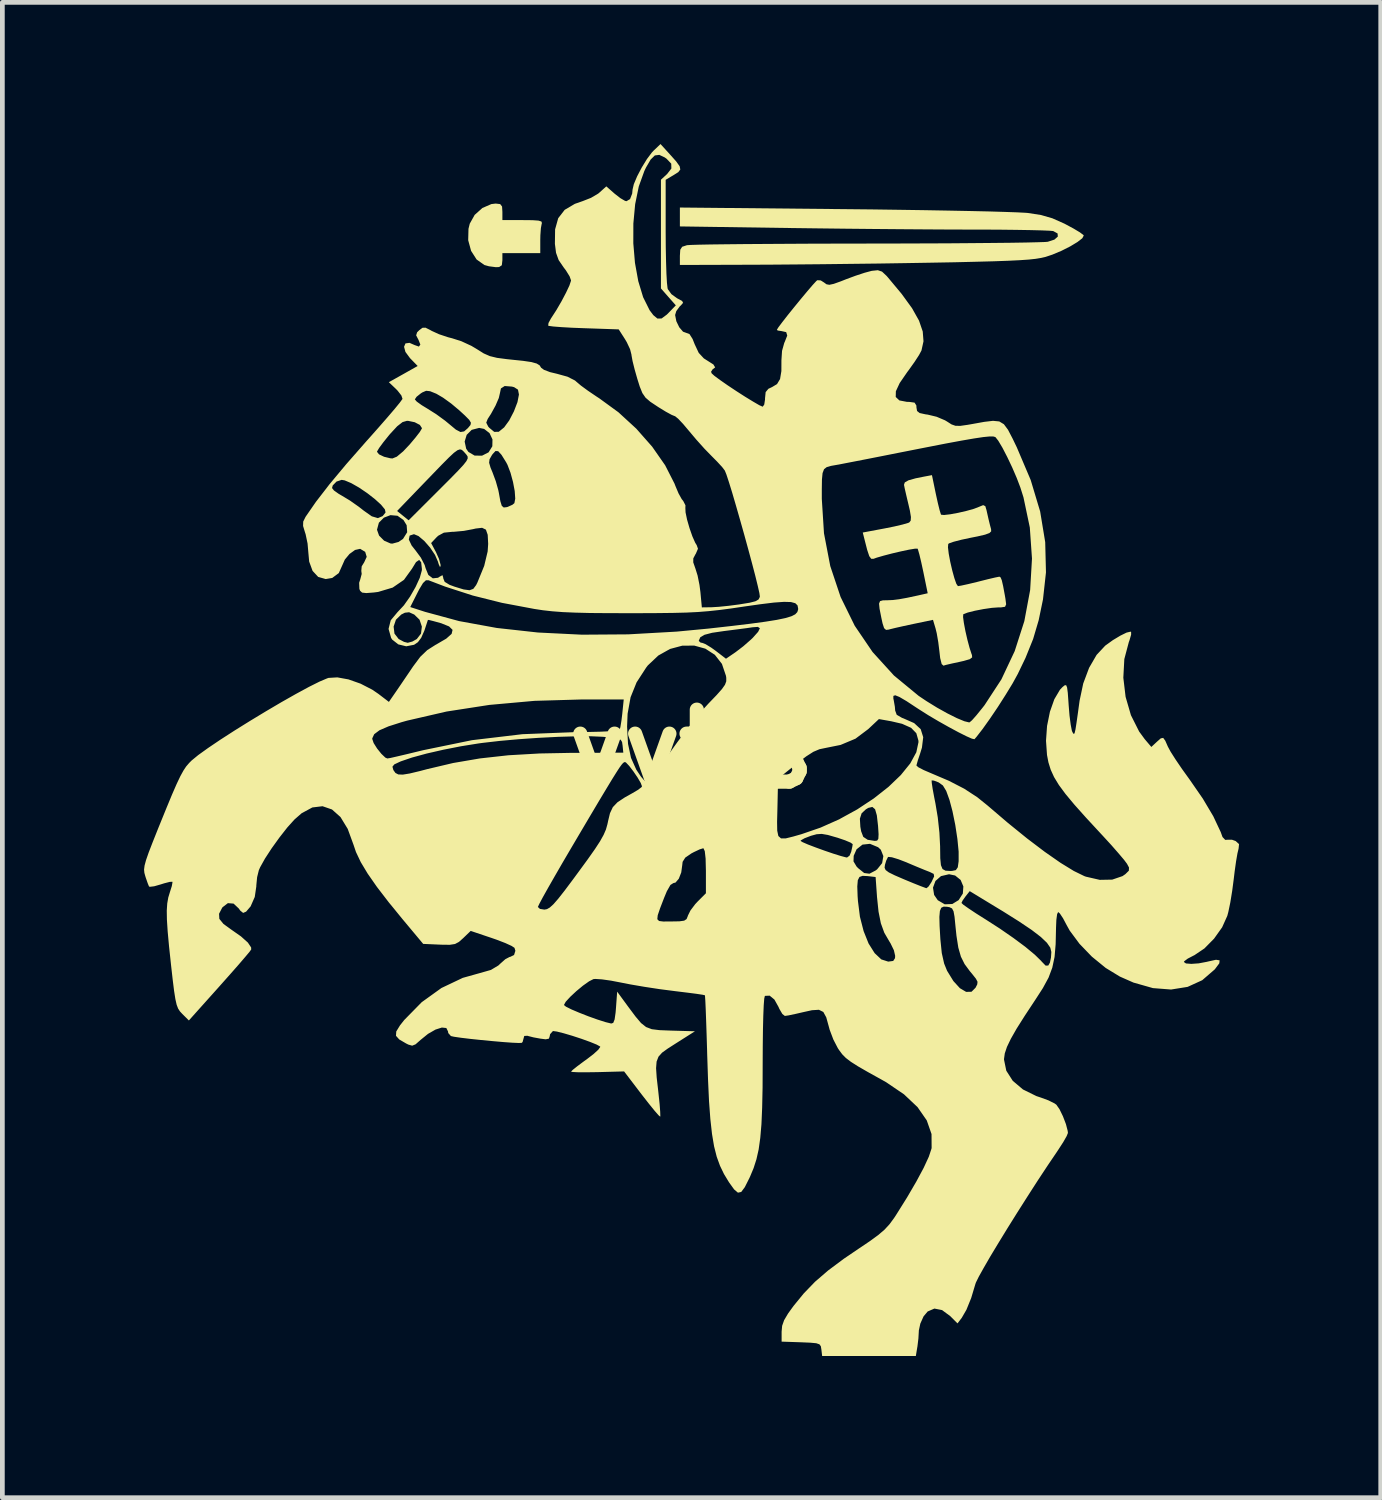
<source format=kicad_pcb>
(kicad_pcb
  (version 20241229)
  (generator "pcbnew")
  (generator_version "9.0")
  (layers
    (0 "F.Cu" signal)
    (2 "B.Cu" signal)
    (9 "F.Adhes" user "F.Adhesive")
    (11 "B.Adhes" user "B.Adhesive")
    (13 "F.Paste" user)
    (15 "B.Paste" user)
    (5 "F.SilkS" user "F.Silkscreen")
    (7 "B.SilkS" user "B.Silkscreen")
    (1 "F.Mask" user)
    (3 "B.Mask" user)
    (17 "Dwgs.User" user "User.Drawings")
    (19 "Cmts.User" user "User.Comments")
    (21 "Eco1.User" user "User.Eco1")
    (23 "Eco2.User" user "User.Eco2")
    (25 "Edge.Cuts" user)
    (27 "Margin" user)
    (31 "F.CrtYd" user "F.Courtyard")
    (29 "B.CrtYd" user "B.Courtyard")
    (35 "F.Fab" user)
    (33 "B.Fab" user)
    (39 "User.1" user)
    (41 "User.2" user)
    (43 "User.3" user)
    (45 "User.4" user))
  (footprint "vytis"
    (layer "F.Cu")
    (at 11.595 12.81)
    (property "Reference" "vytis" (at 0 0 0) (layer "F.SilkS") (effects (font (size 1.524 1.524) (thickness 0.3))))
    (attr board_only exclude_from_pos_files exclude_from_bom)
    (fp_poly (pts (xy -4.055 -11.539) (xy -4.015 -11.488) (xy -4.008 -11.375) (xy -4.008 -11.2) (xy -3.577 -11.2) (xy -3.368 -11.198) (xy -3.242 -11.189) (xy -3.182 -11.17) (xy -3.171 -11.137) (xy -3.176 -11.121) (xy -3.193 -11.028) (xy -3.204 -10.876) (xy -3.206 -10.771) (xy -3.206 -10.5) (xy -4.008 -10.5) (xy -4.008 -10.35) (xy -4.02 -10.244) (xy -4.077 -10.206) (xy -4.146 -10.203) (xy -4.292 -10.222) (xy -4.389 -10.249) (xy -4.554 -10.366) (xy -4.671 -10.549) (xy -4.732 -10.774) (xy -4.726 -11.015) (xy -4.699 -11.124) (xy -4.595 -11.31) (xy -4.432 -11.456) (xy -4.242 -11.539) (xy -4.151 -11.55)) (stroke (width 0) (type solid)) (fill yes) (layer "F.SilkS"))
    (fp_poly (pts (xy 3.222 -11.432) (xy 3.815 -11.426) (xy 4.389 -11.418) (xy 4.934 -11.41) (xy 5.44 -11.401) (xy 5.898 -11.392) (xy 6.299 -11.383) (xy 6.633 -11.373) (xy 6.891 -11.364) (xy 7.063 -11.355) (xy 7.117 -11.351) (xy 7.398 -11.307) (xy 7.637 -11.238) (xy 7.889 -11.126) (xy 7.912 -11.114) (xy 8.085 -11.021) (xy 8.22 -10.94) (xy 8.294 -10.884) (xy 8.301 -10.873) (xy 8.271 -10.816) (xy 8.168 -10.736) (xy 8.014 -10.643) (xy 7.83 -10.55) (xy 7.637 -10.469) (xy 7.49 -10.42) (xy 7.398 -10.399) (xy 7.283 -10.38) (xy 7.135 -10.364) (xy 6.945 -10.351) (xy 6.702 -10.339) (xy 6.398 -10.328) (xy 6.021 -10.318) (xy 5.563 -10.307) (xy 5.06 -10.298) (xy 4.525 -10.289) (xy 3.95 -10.28) (xy 3.359 -10.273) (xy 2.776 -10.266) (xy 2.224 -10.261) (xy 1.728 -10.257) (xy 1.34 -10.255) (xy -0.25 -10.25) (xy -0.25 -10.444) (xy -0.242 -10.572) (xy -0.202 -10.635) (xy -0.105 -10.667) (xy -0.094 -10.669) (xy -0.019 -10.674) (xy 0.148 -10.679) (xy 0.398 -10.684) (xy 0.724 -10.688) (xy 1.116 -10.692) (xy 1.567 -10.695) (xy 2.068 -10.698) (xy 2.611 -10.701) (xy 3.188 -10.702) (xy 3.701 -10.703) (xy 4.301 -10.704) (xy 4.876 -10.706) (xy 5.417 -10.708) (xy 5.915 -10.712) (xy 6.363 -10.716) (xy 6.751 -10.72) (xy 7.072 -10.725) (xy 7.317 -10.731) (xy 7.477 -10.736) (xy 7.539 -10.741) (xy 7.68 -10.787) (xy 7.752 -10.851) (xy 7.747 -10.917) (xy 7.656 -10.967) (xy 7.655 -10.968) (xy 7.578 -10.975) (xy 7.414 -10.982) (xy 7.175 -10.988) (xy 6.875 -10.993) (xy 6.527 -10.997) (xy 6.142 -10.999) (xy 5.907 -10.999) (xy 5.485 -11) (xy 4.984 -11.003) (xy 4.428 -11.007) (xy 3.838 -11.012) (xy 3.238 -11.018) (xy 2.649 -11.025) (xy 2.094 -11.032) (xy 2.012 -11.033) (xy -0.25 -11.066) (xy -0.25 -11.466)) (stroke (width 0) (type solid)) (fill yes) (layer "F.SilkS"))
    (fp_poly (pts (xy 5.171 -5.394) (xy 5.213 -5.204) (xy 5.25 -5.055) (xy 5.276 -4.971) (xy 5.281 -4.962) (xy 5.344 -4.956) (xy 5.474 -4.971) (xy 5.642 -5.002) (xy 5.819 -5.043) (xy 5.976 -5.087) (xy 6.074 -5.125) (xy 6.172 -5.165) (xy 6.217 -5.143) (xy 6.242 -5.059) (xy 6.284 -4.872) (xy 6.315 -4.745) (xy 6.339 -4.656) (xy 6.341 -4.61) (xy 6.304 -4.574) (xy 6.212 -4.54) (xy 6.049 -4.502) (xy 5.912 -4.475) (xy 5.71 -4.432) (xy 5.548 -4.39) (xy 5.45 -4.356) (xy 5.432 -4.343) (xy 5.426 -4.272) (xy 5.442 -4.138) (xy 5.474 -3.966) (xy 5.516 -3.785) (xy 5.561 -3.621) (xy 5.603 -3.5) (xy 5.637 -3.45) (xy 5.638 -3.45) (xy 5.711 -3.462) (xy 5.853 -3.493) (xy 6.037 -3.537) (xy 6.087 -3.55) (xy 6.274 -3.597) (xy 6.423 -3.632) (xy 6.508 -3.649) (xy 6.517 -3.65) (xy 6.541 -3.634) (xy 6.566 -3.573) (xy 6.594 -3.451) (xy 6.631 -3.252) (xy 6.642 -3.188) (xy 6.658 -3.065) (xy 6.635 -3.013) (xy 6.55 -3) (xy 6.497 -3) (xy 6.356 -2.99) (xy 6.178 -2.964) (xy 5.997 -2.929) (xy 5.845 -2.891) (xy 5.755 -2.857) (xy 5.75 -2.853) (xy 5.746 -2.795) (xy 5.763 -2.669) (xy 5.795 -2.5) (xy 5.837 -2.316) (xy 5.883 -2.144) (xy 5.926 -2.011) (xy 5.934 -1.992) (xy 5.938 -1.941) (xy 5.887 -1.903) (xy 5.762 -1.867) (xy 5.679 -1.848) (xy 5.512 -1.812) (xy 5.383 -1.782) (xy 5.331 -1.766) (xy 5.293 -1.8) (xy 5.261 -1.928) (xy 5.246 -2.06) (xy 5.221 -2.262) (xy 5.188 -2.453) (xy 5.163 -2.555) (xy 5.109 -2.736) (xy 4.693 -2.649) (xy 4.488 -2.605) (xy 4.311 -2.565) (xy 4.193 -2.536) (xy 4.174 -2.53) (xy 4.115 -2.523) (xy 4.074 -2.56) (xy 4.041 -2.662) (xy 4.015 -2.782) (xy 3.978 -2.97) (xy 3.967 -3.079) (xy 3.988 -3.132) (xy 4.048 -3.149) (xy 4.146 -3.151) (xy 4.26 -3.156) (xy 4.389 -3.172) (xy 4.56 -3.203) (xy 4.794 -3.253) (xy 4.891 -3.275) (xy 4.997 -3.299) (xy 4.903 -3.758) (xy 4.859 -3.961) (xy 4.82 -4.124) (xy 4.791 -4.224) (xy 4.782 -4.244) (xy 4.727 -4.243) (xy 4.601 -4.222) (xy 4.431 -4.186) (xy 4.243 -4.142) (xy 4.063 -4.095) (xy 3.918 -4.053) (xy 3.852 -4.029) (xy 3.802 -4.028) (xy 3.76 -4.084) (xy 3.716 -4.216) (xy 3.697 -4.29) (xy 3.622 -4.585) (xy 4.081 -4.671) (xy 4.29 -4.713) (xy 4.464 -4.754) (xy 4.579 -4.787) (xy 4.606 -4.798) (xy 4.637 -4.837) (xy 4.642 -4.913) (xy 4.62 -5.048) (xy 4.589 -5.182) (xy 4.546 -5.363) (xy 4.512 -5.511) (xy 4.495 -5.595) (xy 4.495 -5.595) (xy 4.512 -5.646) (xy 4.589 -5.69) (xy 4.742 -5.733) (xy 4.911 -5.767) (xy 5.087 -5.8)) (stroke (width 0) (type solid)) (fill yes) (layer "F.SilkS"))
    (fp_poly (pts (xy -0.468 -12.599) (xy -0.329 -12.443) (xy -0.255 -12.34) (xy -0.241 -12.271) (xy -0.283 -12.216) (xy -0.376 -12.157) (xy -0.551 -12.053) (xy -0.551 -10.955) (xy -0.549 -10.627) (xy -0.543 -10.326) (xy -0.535 -10.07) (xy -0.524 -9.875) (xy -0.511 -9.758) (xy -0.505 -9.737) (xy -0.429 -9.632) (xy -0.308 -9.544) (xy -0.304 -9.542) (xy -0.203 -9.488) (xy -0.182 -9.448) (xy -0.232 -9.391) (xy -0.25 -9.376) (xy -0.326 -9.273) (xy -0.351 -9.19) (xy -0.325 -9.058) (xy -0.263 -8.93) (xy -0.183 -8.837) (xy -0.112 -8.811) (xy -0.047 -8.787) (xy 0.019 -8.683) (xy 0.063 -8.572) (xy 0.149 -8.389) (xy 0.257 -8.272) (xy 0.328 -8.227) (xy 0.46 -8.143) (xy 0.497 -8.081) (xy 0.442 -8.039) (xy 0.41 -7.989) (xy 0.423 -7.955) (xy 0.479 -7.904) (xy 0.599 -7.815) (xy 0.761 -7.702) (xy 0.946 -7.579) (xy 1.133 -7.459) (xy 1.302 -7.356) (xy 1.431 -7.281) (xy 1.501 -7.25) (xy 1.504 -7.25) (xy 1.536 -7.294) (xy 1.553 -7.403) (xy 1.553 -7.429) (xy 1.566 -7.558) (xy 1.624 -7.628) (xy 1.702 -7.665) (xy 1.807 -7.728) (xy 1.871 -7.835) (xy 1.899 -8.003) (xy 1.9 -8.232) (xy 1.913 -8.432) (xy 1.96 -8.6) (xy 1.97 -8.621) (xy 2.023 -8.755) (xy 2.001 -8.828) (xy 1.901 -8.85) (xy 1.901 -8.85) (xy 1.821 -8.862) (xy 1.804 -8.878) (xy 1.834 -8.927) (xy 1.914 -9.034) (xy 2.03 -9.183) (xy 2.167 -9.353) (xy 2.311 -9.529) (xy 2.447 -9.692) (xy 2.56 -9.824) (xy 2.637 -9.908) (xy 2.659 -9.927) (xy 2.732 -9.923) (xy 2.802 -9.879) (xy 2.854 -9.841) (xy 2.915 -9.83) (xy 3.008 -9.85) (xy 3.159 -9.904) (xy 3.262 -9.945) (xy 3.467 -10.021) (xy 3.661 -10.085) (xy 3.806 -10.124) (xy 3.817 -10.126) (xy 3.941 -10.139) (xy 4.03 -10.109) (xy 4.126 -10.019) (xy 4.149 -9.993) (xy 4.445 -9.638) (xy 4.665 -9.335) (xy 4.813 -9.072) (xy 4.892 -8.841) (xy 4.908 -8.634) (xy 4.865 -8.439) (xy 4.864 -8.437) (xy 4.813 -8.342) (xy 4.718 -8.196) (xy 4.597 -8.026) (xy 4.563 -7.981) (xy 4.404 -7.75) (xy 4.323 -7.576) (xy 4.32 -7.455) (xy 4.397 -7.382) (xy 4.554 -7.352) (xy 4.613 -7.35) (xy 4.719 -7.335) (xy 4.757 -7.275) (xy 4.759 -7.231) (xy 4.772 -7.158) (xy 4.826 -7.115) (xy 4.948 -7.088) (xy 4.999 -7.081) (xy 5.186 -7.036) (xy 5.363 -6.961) (xy 5.408 -6.934) (xy 5.502 -6.874) (xy 5.584 -6.845) (xy 5.687 -6.843) (xy 5.841 -6.865) (xy 5.933 -6.881) (xy 6.194 -6.928) (xy 6.38 -6.95) (xy 6.512 -6.937) (xy 6.61 -6.878) (xy 6.697 -6.761) (xy 6.794 -6.575) (xy 6.884 -6.388) (xy 7.178 -5.696) (xy 7.378 -5.03) (xy 7.485 -4.381) (xy 7.501 -3.741) (xy 7.438 -3.169) (xy 7.347 -2.729) (xy 7.229 -2.33) (xy 7.068 -1.931) (xy 6.903 -1.588) (xy 6.793 -1.388) (xy 6.647 -1.149) (xy 6.483 -0.892) (xy 6.314 -0.642) (xy 6.158 -0.423) (xy 6.029 -0.257) (xy 5.987 -0.209) (xy 5.934 -0.22) (xy 5.814 -0.273) (xy 5.643 -0.359) (xy 5.441 -0.468) (xy 5.224 -0.59) (xy 5.011 -0.716) (xy 4.82 -0.837) (xy 4.769 -0.87) (xy 4.549 -1.015) (xy 4.399 -1.103) (xy 4.31 -1.139) (xy 4.27 -1.126) (xy 4.27 -1.067) (xy 4.277 -1.038) (xy 4.302 -0.895) (xy 4.308 -0.816) (xy 4.341 -0.726) (xy 4.453 -0.661) (xy 4.481 -0.651) (xy 4.71 -0.55) (xy 4.849 -0.421) (xy 4.902 -0.252) (xy 4.875 -0.031) (xy 4.835 0.1) (xy 4.789 0.236) (xy 4.762 0.332) (xy 4.759 0.35) (xy 4.802 0.387) (xy 4.914 0.445) (xy 5.047 0.502) (xy 5.446 0.672) (xy 5.77 0.839) (xy 6.046 1.019) (xy 6.262 1.193) (xy 6.694 1.562) (xy 7.101 1.892) (xy 7.476 2.176) (xy 7.809 2.408) (xy 8.091 2.581) (xy 8.314 2.69) (xy 8.348 2.702) (xy 8.64 2.769) (xy 8.904 2.764) (xy 9.121 2.69) (xy 9.182 2.648) (xy 9.256 2.575) (xy 9.259 2.508) (xy 9.217 2.429) (xy 9.155 2.346) (xy 9.039 2.209) (xy 8.885 2.033) (xy 8.706 1.838) (xy 8.655 1.783) (xy 8.348 1.451) (xy 8.104 1.178) (xy 7.915 0.951) (xy 7.774 0.76) (xy 7.672 0.592) (xy 7.601 0.436) (xy 7.553 0.281) (xy 7.523 0.125) (xy 7.502 -0.176) (xy 7.524 -0.49) (xy 7.585 -0.791) (xy 7.678 -1.055) (xy 7.797 -1.256) (xy 7.851 -1.313) (xy 7.897 -1.35) (xy 7.928 -1.353) (xy 7.948 -1.305) (xy 7.963 -1.192) (xy 7.977 -0.999) (xy 7.982 -0.924) (xy 8 -0.707) (xy 8.024 -0.522) (xy 8.048 -0.395) (xy 8.06 -0.362) (xy 8.08 -0.329) (xy 8.095 -0.319) (xy 8.109 -0.344) (xy 8.126 -0.417) (xy 8.147 -0.552) (xy 8.177 -0.762) (xy 8.213 -1.025) (xy 8.29 -1.389) (xy 8.414 -1.72) (xy 8.573 -1.994) (xy 8.756 -2.19) (xy 8.917 -2.306) (xy 9.075 -2.401) (xy 9.207 -2.466) (xy 9.291 -2.486) (xy 9.304 -2.481) (xy 9.304 -2.422) (xy 9.271 -2.308) (xy 9.255 -2.264) (xy 9.16 -1.905) (xy 9.139 -1.511) (xy 9.187 -1.106) (xy 9.3 -0.717) (xy 9.474 -0.371) (xy 9.592 -0.21) (xy 9.732 -0.045) (xy 9.851 -0.156) (xy 9.932 -0.227) (xy 9.983 -0.237) (xy 10.027 -0.177) (xy 10.083 -0.05) (xy 10.141 0.057) (xy 10.246 0.222) (xy 10.382 0.422) (xy 10.536 0.636) (xy 10.546 0.65) (xy 10.822 1.049) (xy 11.044 1.423) (xy 11.201 1.757) (xy 11.239 1.862) (xy 11.297 1.923) (xy 11.342 1.92) (xy 11.441 1.92) (xy 11.517 1.947) (xy 11.589 2.012) (xy 11.579 2.109) (xy 11.578 2.113) (xy 11.555 2.209) (xy 11.526 2.377) (xy 11.496 2.591) (xy 11.477 2.75) (xy 11.444 3.002) (xy 11.404 3.248) (xy 11.362 3.45) (xy 11.34 3.532) (xy 11.231 3.774) (xy 11.06 4.014) (xy 10.856 4.221) (xy 10.644 4.364) (xy 10.625 4.373) (xy 10.502 4.437) (xy 10.429 4.492) (xy 10.421 4.508) (xy 10.465 4.539) (xy 10.579 4.548) (xy 10.735 4.537) (xy 10.904 4.505) (xy 10.937 4.497) (xy 11.101 4.461) (xy 11.178 4.473) (xy 11.171 4.536) (xy 11.083 4.654) (xy 11.071 4.668) (xy 10.809 4.894) (xy 10.5 5.035) (xy 10.15 5.091) (xy 9.766 5.061) (xy 9.354 4.944) (xy 9.066 4.817) (xy 8.766 4.634) (xy 8.472 4.394) (xy 8.21 4.122) (xy 8.004 3.844) (xy 7.939 3.727) (xy 7.862 3.582) (xy 7.795 3.481) (xy 7.759 3.45) (xy 7.737 3.496) (xy 7.721 3.616) (xy 7.714 3.784) (xy 7.714 3.788) (xy 7.706 4.131) (xy 7.683 4.402) (xy 7.635 4.628) (xy 7.556 4.839) (xy 7.436 5.06) (xy 7.277 5.306) (xy 7.052 5.647) (xy 6.88 5.919) (xy 6.757 6.135) (xy 6.675 6.306) (xy 6.629 6.444) (xy 6.613 6.56) (xy 6.613 6.576) (xy 6.661 6.81) (xy 6.798 7.024) (xy 7.014 7.207) (xy 7.298 7.347) (xy 7.394 7.379) (xy 7.554 7.438) (xy 7.684 7.503) (xy 7.721 7.53) (xy 7.787 7.624) (xy 7.86 7.774) (xy 7.924 7.941) (xy 7.961 8.084) (xy 7.966 8.128) (xy 7.939 8.195) (xy 7.868 8.32) (xy 7.765 8.479) (xy 7.73 8.532) (xy 7.537 8.817) (xy 7.329 9.132) (xy 7.114 9.466) (xy 6.898 9.806) (xy 6.689 10.14) (xy 6.496 10.455) (xy 6.324 10.74) (xy 6.183 10.984) (xy 6.078 11.172) (xy 6.018 11.294) (xy 6.008 11.322) (xy 5.918 11.622) (xy 5.817 11.871) (xy 5.718 12.042) (xy 5.628 12.16) (xy 5.473 12.005) (xy 5.301 11.878) (xy 5.139 11.846) (xy 4.996 11.908) (xy 4.909 12.012) (xy 4.841 12.164) (xy 4.809 12.313) (xy 4.809 12.325) (xy 4.8 12.481) (xy 4.779 12.653) (xy 4.777 12.662) (xy 4.746 12.85) (xy 2.762 12.85) (xy 2.746 12.713) (xy 2.735 12.645) (xy 2.705 12.603) (xy 2.637 12.58) (xy 2.508 12.568) (xy 2.317 12.56) (xy 1.904 12.546) (xy 1.904 12.335) (xy 1.915 12.211) (xy 1.957 12.092) (xy 2.041 11.95) (xy 2.155 11.792) (xy 2.374 11.524) (xy 2.612 11.278) (xy 2.888 11.04) (xy 3.223 10.79) (xy 3.528 10.583) (xy 3.773 10.418) (xy 3.951 10.288) (xy 4.083 10.175) (xy 4.188 10.061) (xy 4.285 9.929) (xy 4.329 9.862) (xy 4.56 9.493) (xy 4.756 9.157) (xy 4.912 8.866) (xy 5.021 8.63) (xy 5.077 8.461) (xy 5.08 8.444) (xy 5.078 8.151) (xy 4.977 7.862) (xy 4.782 7.581) (xy 4.495 7.31) (xy 4.118 7.054) (xy 4.008 6.992) (xy 3.727 6.836) (xy 3.519 6.716) (xy 3.37 6.621) (xy 3.264 6.54) (xy 3.187 6.462) (xy 3.123 6.376) (xy 3.095 6.334) (xy 3 6.151) (xy 2.921 5.942) (xy 2.903 5.875) (xy 2.849 5.68) (xy 2.787 5.566) (xy 2.694 5.52) (xy 2.547 5.529) (xy 2.37 5.568) (xy 2.192 5.609) (xy 2.049 5.639) (xy 1.973 5.65) (xy 1.972 5.65) (xy 1.919 5.608) (xy 1.857 5.502) (xy 1.837 5.457) (xy 1.751 5.303) (xy 1.651 5.221) (xy 1.553 5.225) (xy 1.549 5.228) (xy 1.536 5.284) (xy 1.525 5.427) (xy 1.516 5.647) (xy 1.509 5.929) (xy 1.505 6.264) (xy 1.503 6.637) (xy 1.503 6.655) (xy 1.501 7.167) (xy 1.492 7.591) (xy 1.477 7.942) (xy 1.452 8.233) (xy 1.418 8.476) (xy 1.371 8.685) (xy 1.311 8.872) (xy 1.236 9.052) (xy 1.222 9.082) (xy 1.125 9.275) (xy 1.049 9.377) (xy 0.979 9.392) (xy 0.898 9.323) (xy 0.791 9.174) (xy 0.786 9.166) (xy 0.684 8.998) (xy 0.6 8.824) (xy 0.53 8.632) (xy 0.474 8.411) (xy 0.43 8.148) (xy 0.395 7.833) (xy 0.367 7.454) (xy 0.346 6.999) (xy 0.328 6.458) (xy 0.326 6.376) (xy 0.316 6.048) (xy 0.306 5.755) (xy 0.297 5.512) (xy 0.289 5.332) (xy 0.282 5.23) (xy 0.279 5.212) (xy 0.227 5.201) (xy 0.094 5.181) (xy -0.101 5.156) (xy -0.337 5.127) (xy -0.376 5.122) (xy -0.678 5.083) (xy -0.999 5.034) (xy -1.297 4.983) (xy -1.491 4.945) (xy -1.709 4.903) (xy -1.9 4.876) (xy -2.038 4.867) (xy -2.079 4.87) (xy -2.172 4.917) (xy -2.302 5.009) (xy -2.443 5.126) (xy -2.573 5.247) (xy -2.668 5.351) (xy -2.705 5.419) (xy -2.662 5.454) (xy -2.546 5.512) (xy -2.381 5.582) (xy -2.19 5.657) (xy -1.997 5.726) (xy -1.825 5.781) (xy -1.703 5.811) (xy -1.661 5.797) (xy -1.632 5.725) (xy -1.611 5.578) (xy -1.603 5.48) (xy -1.578 5.136) (xy -1.34 5.461) (xy -1.188 5.664) (xy -1.072 5.801) (xy -0.966 5.885) (xy -0.845 5.931) (xy -0.683 5.951) (xy -0.456 5.96) (xy -0.427 5.961) (xy 0.069 5.975) (xy -0.341 6.235) (xy -0.508 6.342) (xy -0.627 6.428) (xy -0.703 6.513) (xy -0.743 6.617) (xy -0.754 6.757) (xy -0.741 6.954) (xy -0.71 7.226) (xy -0.7 7.319) (xy -0.679 7.518) (xy -0.667 7.676) (xy -0.664 7.768) (xy -0.667 7.783) (xy -0.703 7.752) (xy -0.786 7.657) (xy -0.905 7.51) (xy -1.048 7.327) (xy -1.059 7.313) (xy -1.431 6.825) (xy -1.993 6.84) (xy -2.217 6.843) (xy -2.398 6.843) (xy -2.518 6.837) (xy -2.555 6.83) (xy -2.517 6.791) (xy -2.417 6.711) (xy -2.273 6.604) (xy -2.226 6.571) (xy -2.079 6.458) (xy -1.977 6.365) (xy -1.936 6.306) (xy -1.938 6.298) (xy -2.012 6.257) (xy -2.152 6.2) (xy -2.332 6.135) (xy -2.527 6.071) (xy -2.71 6.017) (xy -2.854 5.981) (xy -2.935 5.97) (xy -2.94 5.972) (xy -2.998 6.037) (xy -3.006 6.08) (xy -3.023 6.131) (xy -3.091 6.145) (xy -3.202 6.131) (xy -3.35 6.104) (xy -3.463 6.075) (xy -3.477 6.07) (xy -3.545 6.074) (xy -3.557 6.117) (xy -3.58 6.201) (xy -3.598 6.22) (xy -3.659 6.223) (xy -3.797 6.217) (xy -3.991 6.203) (xy -4.219 6.183) (xy -4.459 6.16) (xy -4.689 6.136) (xy -4.888 6.112) (xy -5.032 6.091) (xy -5.098 6.076) (xy -5.154 6.013) (xy -5.16 5.977) (xy -5.195 5.906) (xy -5.289 5.896) (xy -5.424 5.939) (xy -5.583 6.03) (xy -5.743 6.16) (xy -5.846 6.251) (xy -5.918 6.28) (xy -5.999 6.257) (xy -6.047 6.233) (xy -6.192 6.148) (xy -6.261 6.071) (xy -6.255 5.979) (xy -6.176 5.85) (xy -6.085 5.735) (xy -5.716 5.359) (xy -5.299 5.059) (xy -4.847 4.844) (xy -4.479 4.741) (xy -4.251 4.676) (xy -4.092 4.581) (xy -4.05 4.541) (xy -3.946 4.449) (xy -3.857 4.402) (xy -3.843 4.4) (xy -3.761 4.36) (xy -3.733 4.271) (xy -3.752 4.208) (xy -3.813 4.168) (xy -3.946 4.107) (xy -4.128 4.037) (xy -4.234 4) (xy -4.679 3.85) (xy -4.837 4.002) (xy -4.928 4.083) (xy -5.011 4.127) (xy -5.12 4.144) (xy -5.288 4.142) (xy -5.34 4.14) (xy -5.685 4.125) (xy -6.086 3.645) (xy -6.122 3.602) (xy -0.728 3.602) (xy -0.691 3.64) (xy -0.603 3.651) (xy -0.459 3.65) (xy -0.437 3.65) (xy -0.26 3.647) (xy -0.159 3.633) (xy -0.108 3.599) (xy -0.082 3.535) (xy -0.08 3.526) (xy -0.026 3.417) (xy 0.074 3.284) (xy 0.126 3.228) (xy 0.301 3.053) (xy 0.301 2.908) (xy 3.506 2.908) (xy 3.513 3.116) (xy 3.52 3.216) (xy 3.562 3.55) (xy 3.64 3.854) (xy 3.745 4.116) (xy 3.873 4.32) (xy 4.014 4.453) (xy 4.161 4.5) (xy 4.267 4.486) (xy 4.305 4.427) (xy 4.308 4.377) (xy 4.281 4.259) (xy 4.211 4.115) (xy 4.184 4.071) (xy 4.078 3.889) (xy 4.005 3.688) (xy 3.978 3.552) (xy 5.244 3.552) (xy 5.249 3.747) (xy 5.265 4.025) (xy 5.295 4.319) (xy 5.345 4.541) (xy 5.407 4.694) (xy 5.541 4.912) (xy 5.679 5.063) (xy 5.811 5.141) (xy 5.925 5.138) (xy 6.01 5.053) (xy 6.046 4.982) (xy 6.052 4.927) (xy 6.018 4.862) (xy 5.935 4.757) (xy 5.888 4.701) (xy 5.778 4.552) (xy 5.7 4.395) (xy 5.645 4.203) (xy 5.606 3.953) (xy 5.584 3.742) (xy 5.565 3.549) (xy 5.544 3.434) (xy 5.512 3.374) (xy 5.459 3.348) (xy 5.408 3.339) (xy 5.334 3.336) (xy 5.284 3.36) (xy 5.255 3.428) (xy 5.244 3.552) (xy 3.978 3.552) (xy 3.956 3.442) (xy 3.923 3.124) (xy 3.923 3.117) (xy 3.894 2.709) (xy 3.72 2.689) (xy 3.618 2.684) (xy 3.552 2.708) (xy 3.517 2.777) (xy 3.506 2.908) (xy 0.301 2.908) (xy 0.301 2.577) (xy 0.296 2.378) (xy 3.426 2.378) (xy 3.491 2.487) (xy 3.525 2.522) (xy 3.652 2.624) (xy 3.764 2.639) (xy 3.895 2.57) (xy 3.926 2.546) (xy 3.954 2.512) (xy 4.084 2.512) (xy 4.106 2.561) (xy 4.173 2.611) (xy 4.301 2.674) (xy 4.498 2.759) (xy 4.691 2.839) (xy 4.849 2.902) (xy 4.949 2.939) (xy 4.971 2.946) (xy 4.986 2.934) (xy 5.109 2.934) (xy 5.133 3.088) (xy 5.21 3.2) (xy 5.358 3.287) (xy 5.519 3.28) (xy 5.554 3.258) (xy 5.712 3.258) (xy 5.752 3.296) (xy 5.861 3.373) (xy 6.022 3.48) (xy 6.22 3.605) (xy 6.222 3.606) (xy 6.525 3.801) (xy 6.811 3.999) (xy 7.064 4.187) (xy 7.265 4.354) (xy 7.399 4.485) (xy 7.41 4.499) (xy 7.494 4.585) (xy 7.55 4.583) (xy 7.585 4.521) (xy 7.607 4.413) (xy 7.615 4.296) (xy 7.593 4.205) (xy 7.521 4.101) (xy 7.392 3.978) (xy 7.199 3.83) (xy 6.933 3.651) (xy 6.588 3.434) (xy 6.477 3.367) (xy 5.887 3.008) (xy 5.8 3.117) (xy 5.736 3.207) (xy 5.712 3.258) (xy 5.554 3.258) (xy 5.652 3.198) (xy 5.741 3.059) (xy 5.752 2.908) (xy 5.694 2.771) (xy 5.578 2.677) (xy 5.449 2.65) (xy 5.278 2.69) (xy 5.161 2.793) (xy 5.109 2.934) (xy 4.986 2.934) (xy 5.016 2.909) (xy 5.078 2.814) (xy 5.085 2.799) (xy 5.133 2.696) (xy 5.124 2.643) (xy 5.049 2.606) (xy 5.038 2.601) (xy 4.931 2.559) (xy 4.766 2.491) (xy 4.576 2.411) (xy 4.552 2.4) (xy 4.378 2.333) (xy 4.24 2.291) (xy 4.163 2.283) (xy 4.156 2.286) (xy 4.119 2.361) (xy 4.092 2.451) (xy 4.084 2.512) (xy 3.954 2.512) (xy 4.032 2.415) (xy 4.058 2.266) (xy 4.004 2.131) (xy 3.947 2.078) (xy 3.775 2.006) (xy 3.616 2.023) (xy 3.491 2.122) (xy 3.43 2.26) (xy 3.426 2.378) (xy 0.296 2.378) (xy 0.295 2.32) (xy 0.277 2.161) (xy 0.249 2.101) (xy 0.245 2.1) (xy 0.17 2.123) (xy 0.047 2.181) (xy -0.006 2.209) (xy -0.136 2.298) (xy -0.192 2.387) (xy -0.2 2.457) (xy -0.221 2.612) (xy -0.273 2.745) (xy -0.342 2.826) (xy -0.389 2.838) (xy -0.45 2.877) (xy -0.526 3.01) (xy -0.584 3.15) (xy -0.67 3.373) (xy -0.719 3.518) (xy -0.728 3.602) (xy -6.122 3.602) (xy -6.332 3.344) (xy -3.256 3.344) (xy -3.213 3.384) (xy -3.119 3.399) (xy -3.064 3.389) (xy -3.003 3.354) (xy -2.926 3.284) (xy -2.825 3.168) (xy -2.69 2.996) (xy -2.511 2.757) (xy -2.405 2.613) (xy -2.2 2.333) (xy -2.048 2.117) (xy -1.939 1.95) (xy -1.936 1.944) (xy 2.305 1.944) (xy 2.348 1.971) (xy 2.463 2.021) (xy 2.626 2.083) (xy 2.811 2.15) (xy 2.995 2.213) (xy 3.155 2.263) (xy 3.265 2.292) (xy 3.289 2.296) (xy 3.342 2.257) (xy 3.377 2.175) (xy 3.401 2.067) (xy 3.409 2.013) (xy 3.365 1.981) (xy 3.249 1.932) (xy 3.085 1.876) (xy 3.07 1.872) (xy 2.882 1.818) (xy 2.753 1.796) (xy 2.646 1.803) (xy 2.525 1.836) (xy 2.517 1.839) (xy 2.39 1.888) (xy 2.314 1.931) (xy 2.305 1.944) (xy -1.936 1.944) (xy -1.865 1.817) (xy -1.816 1.704) (xy -1.785 1.594) (xy -1.773 1.54) (xy 1.808 1.54) (xy 1.811 1.728) (xy 1.835 1.841) (xy 1.891 1.891) (xy 1.992 1.891) (xy 2.149 1.852) (xy 2.324 1.802) (xy 2.728 1.663) (xy 3.126 1.486) (xy 3.146 1.474) (xy 3.561 1.474) (xy 3.571 1.645) (xy 3.588 1.741) (xy 3.633 1.859) (xy 3.727 1.921) (xy 3.877 1.944) (xy 3.927 1.938) (xy 3.952 1.899) (xy 3.957 1.803) (xy 3.946 1.631) (xy 3.945 1.62) (xy 3.92 1.402) (xy 3.883 1.274) (xy 3.825 1.225) (xy 3.74 1.245) (xy 3.688 1.276) (xy 3.598 1.36) (xy 3.561 1.474) (xy 3.146 1.474) (xy 3.505 1.277) (xy 3.856 1.045) (xy 4.167 0.8) (xy 4.31 0.663) (xy 5.08 0.663) (xy 5.083 0.716) (xy 5.102 0.844) (xy 5.136 1.027) (xy 5.161 1.152) (xy 5.21 1.446) (xy 5.245 1.769) (xy 5.26 2.063) (xy 5.26 2.083) (xy 5.263 2.312) (xy 5.277 2.458) (xy 5.311 2.54) (xy 5.374 2.575) (xy 5.476 2.581) (xy 5.511 2.58) (xy 5.593 2.563) (xy 5.634 2.503) (xy 5.652 2.375) (xy 5.652 2.171) (xy 5.626 1.904) (xy 5.581 1.607) (xy 5.521 1.313) (xy 5.458 1.076) (xy 5.389 0.886) (xy 5.319 0.771) (xy 5.232 0.708) (xy 5.229 0.706) (xy 5.13 0.668) (xy 5.08 0.663) (xy 4.31 0.663) (xy 4.428 0.55) (xy 4.628 0.303) (xy 4.756 0.068) (xy 4.802 -0.147) (xy 4.8 -0.182) (xy 4.756 -0.336) (xy 4.645 -0.45) (xy 4.455 -0.535) (xy 4.224 -0.589) (xy 3.964 -0.635) (xy 3.738 -0.423) (xy 3.468 -0.22) (xy 3.153 -0.088) (xy 2.84 -0.025) (xy 2.706 0.003) (xy 2.576 0.058) (xy 2.426 0.154) (xy 2.231 0.303) (xy 2.214 0.317) (xy 1.829 0.627) (xy 1.815 1.264) (xy 1.808 1.54) (xy -1.773 1.54) (xy -1.772 1.532) (xy -1.73 1.358) (xy -1.67 1.23) (xy -1.571 1.126) (xy -1.414 1.022) (xy -1.265 0.939) (xy -1.141 0.866) (xy -1.064 0.808) (xy -1.052 0.789) (xy -1.079 0.717) (xy -1.146 0.602) (xy -1.234 0.473) (xy -1.322 0.358) (xy -1.39 0.286) (xy -1.411 0.275) (xy -1.43 0.279) (xy -1.453 0.295) (xy -1.485 0.332) (xy -1.532 0.397) (xy -1.597 0.498) (xy -1.687 0.642) (xy -1.805 0.837) (xy -1.957 1.09) (xy -2.147 1.41) (xy -2.38 1.804) (xy -2.544 2.082) (xy -2.729 2.397) (xy -2.896 2.686) (xy -3.039 2.936) (xy -3.151 3.136) (xy -3.225 3.275) (xy -3.256 3.341) (xy -3.256 3.344) (xy -6.332 3.344) (xy -6.408 3.252) (xy -6.664 2.919) (xy -6.861 2.636) (xy -7.007 2.393) (xy -7.108 2.18) (xy -7.159 2.029) (xy -7.283 1.69) (xy -7.436 1.439) (xy -7.616 1.279) (xy -7.816 1.21) (xy -8.032 1.236) (xy -8.259 1.359) (xy -8.41 1.491) (xy -8.562 1.66) (xy -8.729 1.873) (xy -8.893 2.101) (xy -9.035 2.319) (xy -9.137 2.502) (xy -9.165 2.566) (xy -9.201 2.712) (xy -9.218 2.885) (xy -9.218 2.906) (xy -9.251 3.131) (xy -9.339 3.331) (xy -9.434 3.442) (xy -9.497 3.469) (xy -9.558 3.42) (xy -9.589 3.376) (xy -9.699 3.272) (xy -9.82 3.262) (xy -9.932 3.348) (xy -9.942 3.361) (xy -10.007 3.487) (xy -10.001 3.595) (xy -9.914 3.702) (xy -9.757 3.816) (xy -9.543 3.966) (xy -9.397 4.097) (xy -9.328 4.2) (xy -9.326 4.243) (xy -9.363 4.294) (xy -9.457 4.406) (xy -9.597 4.569) (xy -9.773 4.769) (xy -9.973 4.994) (xy -9.995 5.019) (xy -10.646 5.746) (xy -10.785 5.608) (xy -10.835 5.554) (xy -10.874 5.494) (xy -10.905 5.412) (xy -10.932 5.293) (xy -10.959 5.12) (xy -10.989 4.879) (xy -11.023 4.578) (xy -11.066 4.176) (xy -11.095 3.86) (xy -11.111 3.612) (xy -11.114 3.42) (xy -11.104 3.268) (xy -11.082 3.142) (xy -11.047 3.027) (xy -11.007 2.9) (xy -10.993 2.82) (xy -10.996 2.809) (xy -11.051 2.812) (xy -11.168 2.842) (xy -11.244 2.866) (xy -11.38 2.905) (xy -11.471 2.916) (xy -11.49 2.909) (xy -11.517 2.843) (xy -11.559 2.722) (xy -11.569 2.69) (xy -11.588 2.621) (xy -11.595 2.551) (xy -11.584 2.466) (xy -11.553 2.351) (xy -11.497 2.19) (xy -11.412 1.97) (xy -11.294 1.674) (xy -11.27 1.615) (xy -11.12 1.246) (xy -11.001 0.959) (xy -10.905 0.739) (xy -10.827 0.575) (xy -10.761 0.455) (xy -10.707 0.373) (xy -6.336 0.373) (xy -6.318 0.439) (xy -6.313 0.449) (xy -6.272 0.506) (xy -6.212 0.537) (xy -6.117 0.541) (xy -5.97 0.517) (xy -5.753 0.465) (xy -5.602 0.425) (xy -5.051 0.295) (xy -4.484 0.198) (xy -3.88 0.131) (xy -3.218 0.093) (xy -2.59 0.081) (xy -1.448 0.076) (xy -1.463 -0.074) (xy -1.474 -0.149) (xy -1.502 -0.196) (xy -1.569 -0.224) (xy -1.696 -0.243) (xy -1.879 -0.26) (xy -2.128 -0.271) (xy -2.453 -0.27) (xy -2.832 -0.259) (xy -3.242 -0.238) (xy -3.66 -0.209) (xy -4.062 -0.173) (xy -4.427 -0.131) (xy -4.509 -0.12) (xy -4.883 -0.06) (xy -5.259 0.014) (xy -5.613 0.095) (xy -5.921 0.179) (xy -6.156 0.259) (xy -6.177 0.268) (xy -6.296 0.324) (xy -6.336 0.373) (xy -10.707 0.373) (xy -10.701 0.365) (xy -10.639 0.293) (xy -10.588 0.242) (xy -10.448 0.127) (xy -10.239 -0.023) (xy -9.977 -0.2) (xy -9.955 -0.214) (xy -6.763 -0.214) (xy -6.734 -0.128) (xy -6.661 -0.012) (xy -6.57 0.101) (xy -6.486 0.181) (xy -6.444 0.199) (xy -6.377 0.188) (xy -6.233 0.155) (xy -6.029 0.107) (xy -5.785 0.048) (xy -5.686 0.024) (xy -4.654 -0.188) (xy -3.585 -0.315) (xy -2.492 -0.358) (xy -2.195 -0.362) (xy -1.934 -0.368) (xy -1.725 -0.378) (xy -1.584 -0.389) (xy -1.527 -0.402) (xy -1.527 -0.402) (xy -1.509 -0.469) (xy -1.508 -0.475) (xy -1.368 -0.475) (xy -1.348 -0.11) (xy -1.285 0.186) (xy -1.172 0.438) (xy -1.074 0.584) (xy -0.968 0.706) (xy -0.896 0.744) (xy -0.846 0.702) (xy -0.832 0.67) (xy -0.764 0.538) (xy -0.646 0.347) (xy -0.491 0.116) (xy -0.311 -0.136) (xy -0.121 -0.391) (xy 0.067 -0.631) (xy 0.238 -0.836) (xy 0.356 -0.965) (xy 0.529 -1.145) (xy 0.641 -1.271) (xy 0.705 -1.362) (xy 0.732 -1.435) (xy 0.732 -1.509) (xy 0.726 -1.55) (xy 0.64 -1.804) (xy 0.49 -1.996) (xy 0.289 -2.126) (xy 0.054 -2.191) (xy -0.2 -2.189) (xy -0.458 -2.12) (xy -0.706 -1.981) (xy -0.928 -1.772) (xy -0.964 -1.725) (xy -1.167 -1.412) (xy -1.294 -1.097) (xy -1.357 -0.748) (xy -1.368 -0.475) (xy -1.508 -0.475) (xy -1.487 -0.605) (xy -1.47 -0.746) (xy -1.439 -1.05) (xy -2.342 -1.05) (xy -3.329 -1.021) (xy -4.284 -0.935) (xy -5.189 -0.795) (xy -6.026 -0.602) (xy -6.137 -0.571) (xy -6.419 -0.481) (xy -6.611 -0.398) (xy -6.722 -0.315) (xy -6.763 -0.227) (xy -6.763 -0.214) (xy -9.955 -0.214) (xy -9.676 -0.394) (xy -9.35 -0.597) (xy -9.016 -0.799) (xy -8.687 -0.993) (xy -8.378 -1.168) (xy -8.103 -1.317) (xy -7.879 -1.429) (xy -7.719 -1.497) (xy -7.688 -1.507) (xy -7.502 -1.518) (xy -7.266 -1.475) (xy -7.011 -1.385) (xy -6.764 -1.258) (xy -6.635 -1.17) (xy -6.411 -0.999) (xy -6.264 -1.212) (xy -6.16 -1.364) (xy -6.029 -1.557) (xy -5.899 -1.749) (xy -5.747 -1.953) (xy -5.599 -2.095) (xy -5.423 -2.207) (xy -5.409 -2.214) (xy -5.283 -2.288) (xy 0.151 -2.288) (xy 0.191 -2.253) (xy 0.219 -2.25) (xy 0.294 -2.221) (xy 0.415 -2.147) (xy 0.507 -2.081) (xy 0.726 -1.913) (xy 0.928 -2.051) (xy 1.093 -2.177) (xy 1.254 -2.318) (xy 1.292 -2.354) (xy 1.407 -2.483) (xy 1.444 -2.558) (xy 1.401 -2.587) (xy 1.29 -2.579) (xy 1.166 -2.561) (xy 0.976 -2.536) (xy 0.756 -2.508) (xy 0.677 -2.498) (xy 0.432 -2.462) (xy 0.272 -2.42) (xy 0.183 -2.368) (xy 0.152 -2.3) (xy 0.151 -2.288) (xy -5.283 -2.288) (xy -5.198 -2.337) (xy -5.083 -2.439) (xy -5.063 -2.524) (xy -5.137 -2.597) (xy -5.303 -2.664) (xy -5.321 -2.669) (xy -5.466 -2.709) (xy -5.562 -2.733) (xy -5.585 -2.735) (xy -5.66 -2.507) (xy -5.727 -2.356) (xy -5.797 -2.263) (xy -5.878 -2.208) (xy -6.044 -2.176) (xy -6.213 -2.217) (xy -6.342 -2.319) (xy -6.364 -2.354) (xy -6.418 -2.544) (xy -6.406 -2.593) (xy -6.311 -2.593) (xy -6.293 -2.445) (xy -6.204 -2.33) (xy -6.204 -2.33) (xy -6.091 -2.27) (xy -6.012 -2.25) (xy -5.914 -2.277) (xy -5.82 -2.33) (xy -5.731 -2.445) (xy -5.713 -2.593) (xy -5.762 -2.739) (xy -5.874 -2.848) (xy -5.874 -2.848) (xy -5.983 -2.897) (xy -6.073 -2.887) (xy -6.15 -2.848) (xy -6.262 -2.739) (xy -6.311 -2.593) (xy -6.406 -2.593) (xy -6.372 -2.727) (xy -6.226 -2.902) (xy -6.219 -2.909) (xy -6.127 -3.007) (xy -5.959 -3.007) (xy -5.647 -2.906) (xy -4.925 -2.71) (xy -4.125 -2.564) (xy -3.255 -2.468) (xy -2.325 -2.422) (xy -1.343 -2.429) (xy -0.318 -2.487) (xy 0.354 -2.551) (xy 0.844 -2.606) (xy 1.242 -2.654) (xy 1.56 -2.697) (xy 1.804 -2.736) (xy 1.985 -2.774) (xy 2.111 -2.812) (xy 2.192 -2.853) (xy 2.236 -2.9) (xy 2.253 -2.952) (xy 2.254 -2.974) (xy 2.241 -3.042) (xy 2.194 -3.088) (xy 2.102 -3.113) (xy 1.955 -3.117) (xy 1.741 -3.102) (xy 1.449 -3.066) (xy 1.111 -3.018) (xy 0.827 -2.976) (xy 0.582 -2.944) (xy 0.356 -2.92) (xy 0.131 -2.902) (xy -0.113 -2.89) (xy -0.394 -2.883) (xy -0.73 -2.879) (xy -1.142 -2.877) (xy -1.303 -2.877) (xy -1.77 -2.878) (xy -2.154 -2.881) (xy -2.467 -2.889) (xy -2.727 -2.9) (xy -2.949 -2.917) (xy -3.148 -2.939) (xy -3.332 -2.967) (xy -4.017 -3.096) (xy -4.636 -3.251) (xy -5.22 -3.44) (xy -5.571 -3.574) (xy -5.627 -3.574) (xy -5.689 -3.515) (xy -5.768 -3.384) (xy -5.807 -3.308) (xy -5.959 -3.007) (xy -6.127 -3.007) (xy -6.093 -3.044) (xy -5.963 -3.228) (xy -5.846 -3.432) (xy -5.757 -3.626) (xy -5.714 -3.781) (xy -5.712 -3.811) (xy -5.728 -3.956) (xy -5.771 -4.005) (xy -5.837 -3.958) (xy -5.922 -3.819) (xy -6.092 -3.583) (xy -6.331 -3.419) (xy -6.639 -3.327) (xy -6.733 -3.315) (xy -6.891 -3.303) (xy -6.978 -3.313) (xy -7.021 -3.352) (xy -7.036 -3.392) (xy -7.041 -3.521) (xy -7.017 -3.594) (xy -6.987 -3.708) (xy -6.995 -3.773) (xy -6.987 -3.869) (xy -6.934 -3.955) (xy -6.881 -4.07) (xy -6.913 -4.176) (xy -7.018 -4.239) (xy -7.023 -4.239) (xy -7.127 -4.216) (xy -7.245 -4.131) (xy -7.344 -4.012) (xy -7.388 -3.913) (xy -7.472 -3.726) (xy -7.611 -3.623) (xy -7.749 -3.6) (xy -7.908 -3.645) (xy -8.027 -3.773) (xy -8.099 -3.97) (xy -8.116 -4.156) (xy -8.133 -4.352) (xy -8.174 -4.548) (xy -8.187 -4.588) (xy -8.204 -4.644) (xy -6.663 -4.644) (xy -6.619 -4.52) (xy -6.512 -4.412) (xy -6.376 -4.353) (xy -6.337 -4.35) (xy -6.208 -4.385) (xy -6.132 -4.436) (xy -5.989 -4.436) (xy -5.93 -4.311) (xy -5.845 -4.203) (xy -5.734 -4.053) (xy -5.653 -3.896) (xy -5.634 -3.83) (xy -5.576 -3.687) (xy -5.481 -3.615) (xy -5.371 -3.627) (xy -5.333 -3.652) (xy -5.276 -3.682) (xy -5.26 -3.626) (xy -5.26 -3.615) (xy -5.23 -3.541) (xy -5.127 -3.478) (xy -5.022 -3.439) (xy -4.829 -3.38) (xy -4.704 -3.363) (xy -4.624 -3.392) (xy -4.564 -3.472) (xy -4.538 -3.524) (xy -4.393 -3.879) (xy -4.32 -4.184) (xy -4.309 -4.344) (xy -4.319 -4.537) (xy -4.357 -4.646) (xy -4.438 -4.685) (xy -4.576 -4.669) (xy -4.626 -4.657) (xy -4.824 -4.62) (xy -5.03 -4.601) (xy -5.073 -4.6) (xy -5.247 -4.582) (xy -5.368 -4.516) (xy -5.405 -4.481) (xy -5.517 -4.362) (xy -5.414 -4.169) (xy -5.35 -4.026) (xy -5.317 -3.903) (xy -5.316 -3.876) (xy -5.329 -3.854) (xy -5.357 -3.916) (xy -5.372 -3.967) (xy -5.434 -4.11) (xy -5.538 -4.265) (xy -5.662 -4.407) (xy -5.784 -4.51) (xy -5.88 -4.55) (xy -5.972 -4.52) (xy -5.989 -4.436) (xy -6.132 -4.436) (xy -6.112 -4.45) (xy -6.024 -4.591) (xy -6.035 -4.74) (xy -6.103 -4.851) (xy -6.229 -4.94) (xy -6.377 -4.953) (xy -6.517 -4.9) (xy -6.623 -4.793) (xy -6.663 -4.644) (xy -8.204 -4.644) (xy -8.228 -4.724) (xy -8.225 -4.817) (xy -8.176 -4.916) (xy -8.166 -4.931) (xy -7.955 -5.236) (xy -7.73 -5.527) (xy -7.615 -5.527) (xy -7.574 -5.475) (xy -7.471 -5.402) (xy -7.398 -5.36) (xy -7.234 -5.261) (xy -7.048 -5.13) (xy -6.943 -5.048) (xy -6.773 -4.928) (xy -6.644 -4.89) (xy -6.544 -4.932) (xy -6.482 -5.009) (xy -6.488 -5.041) (xy -6.237 -5.041) (xy -6.115 -4.942) (xy -5.993 -4.844) (xy -5.341 -5.495) (xy -5.112 -5.724) (xy -4.946 -5.894) (xy -4.834 -6.015) (xy -4.797 -6.062) (xy -4.289 -6.062) (xy -4.259 -5.959) (xy -4.217 -5.858) (xy -4.148 -5.672) (xy -4.095 -5.484) (xy -4.083 -5.425) (xy -4.051 -5.248) (xy -4.021 -5.151) (xy -3.98 -5.115) (xy -3.918 -5.122) (xy -3.895 -5.128) (xy -3.795 -5.173) (xy -3.754 -5.207) (xy -3.736 -5.303) (xy -3.747 -5.463) (xy -3.783 -5.655) (xy -3.836 -5.85) (xy -3.9 -6.018) (xy -3.928 -6.071) (xy -4.027 -6.23) (xy -4.097 -6.307) (xy -4.153 -6.311) (xy -4.213 -6.248) (xy -4.232 -6.22) (xy -4.28 -6.136) (xy -4.289 -6.062) (xy -4.797 -6.062) (xy -4.769 -6.098) (xy -4.742 -6.155) (xy -4.745 -6.197) (xy -4.77 -6.234) (xy -4.782 -6.248) (xy -4.827 -6.299) (xy -4.865 -6.334) (xy -4.905 -6.346) (xy -4.958 -6.328) (xy -5.034 -6.273) (xy -5.141 -6.173) (xy -5.291 -6.022) (xy -5.493 -5.813) (xy -5.715 -5.583) (xy -6.237 -5.041) (xy -6.488 -5.041) (xy -6.496 -5.075) (xy -6.578 -5.175) (xy -6.709 -5.294) (xy -6.871 -5.42) (xy -7.044 -5.537) (xy -7.209 -5.631) (xy -7.347 -5.689) (xy -7.411 -5.7) (xy -7.52 -5.664) (xy -7.6 -5.582) (xy -7.615 -5.527) (xy -7.73 -5.527) (xy -7.671 -5.604) (xy -7.314 -6.032) (xy -7.084 -6.294) (xy -6.663 -6.294) (xy -6.62 -6.24) (xy -6.513 -6.189) (xy -6.381 -6.157) (xy -6.336 -6.153) (xy -6.243 -6.191) (xy -6.108 -6.304) (xy -5.973 -6.447) (xy -5.919 -6.511) (xy -4.807 -6.511) (xy -4.775 -6.36) (xy -4.727 -6.291) (xy -4.596 -6.214) (xy -4.439 -6.212) (xy -4.3 -6.283) (xy -4.221 -6.411) (xy -4.218 -6.557) (xy -4.28 -6.689) (xy -4.395 -6.779) (xy -4.5 -6.8) (xy -4.658 -6.759) (xy -4.764 -6.653) (xy -4.807 -6.511) (xy -5.919 -6.511) (xy -5.85 -6.593) (xy -5.757 -6.713) (xy -5.713 -6.787) (xy -5.711 -6.795) (xy -5.755 -6.863) (xy -5.864 -6.92) (xy -6.002 -6.949) (xy -6.029 -6.95) (xy -6.122 -6.923) (xy -6.236 -6.834) (xy -6.386 -6.672) (xy -6.408 -6.646) (xy -6.528 -6.497) (xy -6.618 -6.375) (xy -6.661 -6.302) (xy -6.663 -6.294) (xy -7.084 -6.294) (xy -6.886 -6.52) (xy -6.838 -6.573) (xy -6.628 -6.81) (xy -6.442 -7.023) (xy -6.289 -7.202) (xy -6.181 -7.334) (xy -6.13 -7.404) (xy -5.862 -7.404) (xy -5.821 -7.357) (xy -5.717 -7.282) (xy -5.599 -7.21) (xy -5.41 -7.091) (xy -5.221 -6.953) (xy -5.135 -6.882) (xy -4.993 -6.764) (xy -4.895 -6.713) (xy -4.818 -6.726) (xy -4.737 -6.797) (xy -4.73 -6.806) (xy -4.684 -6.861) (xy -4.674 -6.91) (xy -4.675 -6.911) (xy -4.35 -6.911) (xy -4.308 -6.828) (xy -4.286 -6.803) (xy -4.181 -6.716) (xy -4.085 -6.718) (xy -3.972 -6.81) (xy -3.97 -6.812) (xy -3.863 -6.959) (xy -3.764 -7.15) (xy -3.689 -7.345) (xy -3.658 -7.504) (xy -3.658 -7.509) (xy -3.678 -7.61) (xy -3.759 -7.662) (xy -3.806 -7.675) (xy -3.959 -7.687) (xy -4.039 -7.636) (xy -4.058 -7.545) (xy -4.084 -7.433) (xy -4.153 -7.273) (xy -4.249 -7.098) (xy -4.319 -6.99) (xy -4.35 -6.911) (xy -4.675 -6.911) (xy -4.71 -6.97) (xy -4.801 -7.062) (xy -4.922 -7.173) (xy -5.091 -7.315) (xy -5.264 -7.44) (xy -5.404 -7.522) (xy -5.408 -7.524) (xy -5.539 -7.577) (xy -5.622 -7.586) (xy -5.702 -7.552) (xy -5.735 -7.531) (xy -5.825 -7.459) (xy -5.862 -7.404) (xy -6.13 -7.404) (xy -6.127 -7.408) (xy -6.123 -7.416) (xy -6.147 -7.487) (xy -6.226 -7.588) (xy -6.26 -7.623) (xy -6.412 -7.768) (xy -6.107 -7.939) (xy -5.802 -8.111) (xy -5.964 -8.277) (xy -6.061 -8.409) (xy -6.09 -8.518) (xy -6.06 -8.589) (xy -5.975 -8.601) (xy -5.864 -8.553) (xy -5.776 -8.522) (xy -5.745 -8.564) (xy -5.783 -8.662) (xy -5.787 -8.669) (xy -5.834 -8.76) (xy -5.813 -8.825) (xy -5.768 -8.869) (xy -5.7 -8.92) (xy -5.636 -8.922) (xy -5.535 -8.872) (xy -5.504 -8.854) (xy -5.351 -8.784) (xy -5.159 -8.72) (xy -5.07 -8.697) (xy -4.876 -8.635) (xy -4.664 -8.537) (xy -4.545 -8.466) (xy -4.403 -8.377) (xy -4.273 -8.32) (xy -4.121 -8.283) (xy -3.914 -8.256) (xy -3.83 -8.247) (xy -3.57 -8.22) (xy -3.393 -8.194) (xy -3.282 -8.163) (xy -3.219 -8.124) (xy -3.188 -8.074) (xy -3.128 -8.03) (xy -2.999 -7.981) (xy -2.853 -7.946) (xy -2.629 -7.884) (xy -2.47 -7.803) (xy -2.437 -7.774) (xy -2.346 -7.697) (xy -2.196 -7.587) (xy -2.016 -7.465) (xy -1.956 -7.426) (xy -1.551 -7.131) (xy -1.173 -6.784) (xy -0.837 -6.403) (xy -0.562 -6.009) (xy -0.364 -5.621) (xy -0.344 -5.569) (xy -0.278 -5.413) (xy -0.212 -5.294) (xy -0.179 -5.253) (xy -0.132 -5.161) (xy -0.134 -5.106) (xy -0.13 -5.012) (xy -0.098 -4.858) (xy -0.046 -4.678) (xy 0.015 -4.503) (xy 0.075 -4.368) (xy 0.106 -4.318) (xy 0.133 -4.242) (xy 0.088 -4.137) (xy 0.082 -4.129) (xy 0.034 -4.038) (xy 0.033 -3.953) (xy 0.077 -3.827) (xy 0.078 -3.825) (xy 0.125 -3.674) (xy 0.165 -3.474) (xy 0.185 -3.321) (xy 0.215 -3) (xy 0.421 -3.003) (xy 0.572 -3.012) (xy 0.78 -3.033) (xy 1.003 -3.062) (xy 1.027 -3.066) (xy 1.229 -3.099) (xy 1.351 -3.13) (xy 1.415 -3.167) (xy 1.441 -3.218) (xy 1.443 -3.233) (xy 1.433 -3.304) (xy 1.399 -3.455) (xy 1.346 -3.671) (xy 1.277 -3.935) (xy 1.197 -4.232) (xy 1.111 -4.545) (xy 1.022 -4.86) (xy 0.936 -5.16) (xy 0.857 -5.43) (xy 0.835 -5.501) (xy 2.755 -5.501) (xy 2.755 -5.296) (xy 2.801 -4.569) (xy 2.934 -3.875) (xy 3.153 -3.22) (xy 3.452 -2.611) (xy 3.83 -2.055) (xy 4.282 -1.558) (xy 4.805 -1.127) (xy 4.972 -1.015) (xy 5.194 -0.878) (xy 5.415 -0.755) (xy 5.615 -0.655) (xy 5.774 -0.589) (xy 5.872 -0.565) (xy 5.885 -0.567) (xy 5.936 -0.611) (xy 6.03 -0.717) (xy 6.149 -0.864) (xy 6.2 -0.929) (xy 6.557 -1.475) (xy 6.839 -2.074) (xy 7.043 -2.709) (xy 7.166 -3.367) (xy 7.205 -4.033) (xy 7.159 -4.692) (xy 7.025 -5.329) (xy 6.959 -5.538) (xy 6.882 -5.74) (xy 6.786 -5.963) (xy 6.681 -6.184) (xy 6.579 -6.381) (xy 6.491 -6.529) (xy 6.431 -6.605) (xy 6.39 -6.618) (xy 6.308 -6.619) (xy 6.174 -6.606) (xy 5.98 -6.577) (xy 5.719 -6.532) (xy 5.379 -6.469) (xy 4.954 -6.386) (xy 4.796 -6.355) (xy 4.406 -6.278) (xy 4.043 -6.206) (xy 3.718 -6.142) (xy 3.446 -6.089) (xy 3.239 -6.049) (xy 3.111 -6.024) (xy 3.081 -6.019) (xy 2.95 -5.996) (xy 2.859 -5.97) (xy 2.802 -5.925) (xy 2.771 -5.843) (xy 2.758 -5.708) (xy 2.755 -5.501) (xy 0.835 -5.501) (xy 0.788 -5.653) (xy 0.735 -5.814) (xy 0.702 -5.896) (xy 0.645 -5.971) (xy 0.538 -6.087) (xy 0.426 -6.2) (xy 0.273 -6.357) (xy 0.098 -6.552) (xy -0.058 -6.737) (xy -0.182 -6.884) (xy -0.285 -6.993) (xy -0.351 -7.047) (xy -0.36 -7.05) (xy -0.424 -7.076) (xy -0.547 -7.143) (xy -0.702 -7.238) (xy -0.722 -7.251) (xy -0.877 -7.354) (xy -0.977 -7.44) (xy -1.044 -7.537) (xy -1.1 -7.676) (xy -1.151 -7.838) (xy -1.208 -8.038) (xy -1.252 -8.215) (xy -1.274 -8.336) (xy -1.275 -8.35) (xy -1.305 -8.467) (xy -1.375 -8.616) (xy -1.413 -8.68) (xy -1.545 -8.886) (xy -2.277 -8.911) (xy -2.537 -8.921) (xy -2.761 -8.934) (xy -2.93 -8.947) (xy -3.024 -8.96) (xy -3.038 -8.965) (xy -3.032 -9.021) (xy -2.979 -9.119) (xy -2.968 -9.135) (xy -2.864 -9.296) (xy -2.757 -9.48) (xy -2.661 -9.662) (xy -2.589 -9.815) (xy -2.556 -9.914) (xy -2.555 -9.925) (xy -2.585 -10.009) (xy -2.661 -10.132) (xy -2.715 -10.204) (xy -2.817 -10.354) (xy -2.872 -10.507) (xy -2.896 -10.696) (xy -2.896 -10.707) (xy -1.236 -10.707) (xy -1.201 -10.294) (xy -1.131 -9.907) (xy -1.028 -9.567) (xy -0.891 -9.292) (xy -0.813 -9.188) (xy -0.725 -9.115) (xy -0.637 -9.117) (xy -0.527 -9.199) (xy -0.478 -9.248) (xy -0.336 -9.395) (xy -0.494 -9.574) (xy -0.651 -9.753) (xy -0.651 -12.055) (xy -0.52 -12.176) (xy -0.43 -12.292) (xy -0.433 -12.395) (xy -0.533 -12.5) (xy -0.573 -12.528) (xy -0.686 -12.581) (xy -0.78 -12.569) (xy -0.869 -12.482) (xy -0.968 -12.312) (xy -1.003 -12.238) (xy -1.12 -11.913) (xy -1.197 -11.537) (xy -1.235 -11.128) (xy -1.236 -10.707) (xy -2.896 -10.707) (xy -2.892 -11.004) (xy -2.826 -11.24) (xy -2.689 -11.417) (xy -2.474 -11.544) (xy -2.305 -11.603) (xy -2.132 -11.671) (xy -1.978 -11.762) (xy -1.944 -11.791) (xy -1.808 -11.914) (xy -1.629 -11.757) (xy -1.509 -11.664) (xy -1.411 -11.607) (xy -1.381 -11.6) (xy -1.305 -11.645) (xy -1.26 -11.762) (xy -1.252 -11.846) (xy -1.225 -11.961) (xy -1.155 -12.127) (xy -1.057 -12.314) (xy -0.947 -12.493) (xy -0.842 -12.633) (xy -0.808 -12.669) (xy -0.66 -12.81)) (stroke (width 0) (type solid)) (fill yes) (layer "F.SilkS")))
  (gr_rect
    (start -3 -3)
    (end 26.184 28.66)
    (stroke (width 0.1) (type default))
    (fill no)
    (layer "Edge.Cuts")))
</source>
